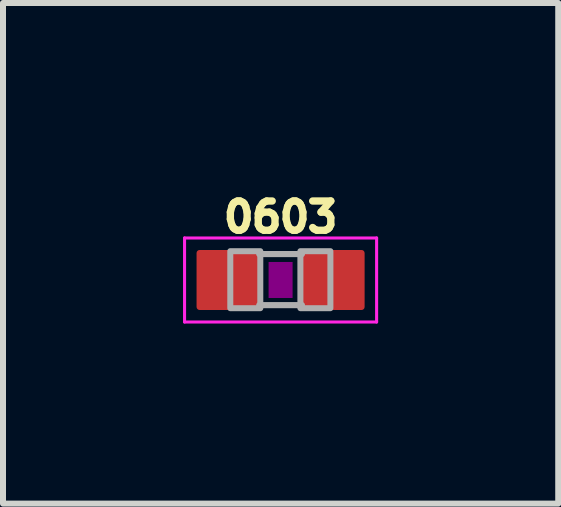
<source format=kicad_pcb>
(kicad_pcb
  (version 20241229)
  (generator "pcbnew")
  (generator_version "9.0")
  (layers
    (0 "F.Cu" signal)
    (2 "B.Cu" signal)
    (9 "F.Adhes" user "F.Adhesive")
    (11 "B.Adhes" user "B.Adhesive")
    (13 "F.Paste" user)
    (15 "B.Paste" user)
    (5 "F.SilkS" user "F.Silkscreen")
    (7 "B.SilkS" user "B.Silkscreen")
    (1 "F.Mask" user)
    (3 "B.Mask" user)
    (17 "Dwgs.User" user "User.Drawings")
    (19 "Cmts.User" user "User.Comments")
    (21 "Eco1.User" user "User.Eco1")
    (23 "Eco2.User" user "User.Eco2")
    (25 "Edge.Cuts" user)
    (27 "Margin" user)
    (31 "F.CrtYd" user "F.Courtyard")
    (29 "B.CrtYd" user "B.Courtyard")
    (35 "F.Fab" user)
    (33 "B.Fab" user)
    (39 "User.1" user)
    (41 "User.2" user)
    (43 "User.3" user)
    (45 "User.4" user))
  (footprint "0603"
    (layer "F.Cu")
    (at 1.625 1.615)
    (property "Reference" "0603" (at 0 -0.762 0) (unlocked yes) (layer "F.SilkS") (effects (font (size 0.488 0.488) (thickness 0.122)) (justify bottom)))
    (fp_poly (pts (xy -0.2 0.3) (xy 0.2 0.3) (xy 0.2 -0.3) (xy -0.2 -0.3)) (stroke (width 0) (type default)) (fill yes) (layer "F.Adhes"))
    (fp_line (start -1.6 -0.7) (end 1.6 -0.7) (stroke (width 0.051) (type solid)) (layer "F.CrtYd"))
    (fp_line (start -1.6 0.7) (end -1.6 -0.7) (stroke (width 0.051) (type solid)) (layer "F.CrtYd"))
    (fp_line (start 1.6 -0.7) (end 1.6 0.7) (stroke (width 0.051) (type solid)) (layer "F.CrtYd"))
    (fp_line (start 1.6 0.7) (end -1.6 0.7) (stroke (width 0.051) (type solid)) (layer "F.CrtYd"))
    (fp_line (start -0.356 -0.432) (end 0.356 -0.432) (stroke (width 0.102) (type solid)) (layer "F.Fab"))
    (fp_line (start -0.356 0.419) (end 0.356 0.419) (stroke (width 0.102) (type solid)) (layer "F.Fab"))
    (fp_poly (pts (xy -0.838 0.47) (xy -0.338 0.47) (xy -0.338 -0.48) (xy -0.838 -0.48)) (stroke (width 0.1) (type default)) (fill no) (layer "F.Fab"))
    (fp_poly (pts (xy 0.33 0.47) (xy 0.83 0.47) (xy 0.83 -0.48) (xy 0.33 -0.48)) (stroke (width 0.1) (type default)) (fill no) (layer "F.Fab"))
    (pad "1" smd roundrect (at -0.85 0) (size 1.1 1) (layers "F.Cu" "F.Mask" "F.Paste") (roundrect_rratio 0.051))
    (pad "2" smd roundrect (at 0.85 0) (size 1.1 1) (layers "F.Cu" "F.Mask" "F.Paste") (roundrect_rratio 0.051)))
  (gr_rect
    (start -3 -3)
    (end 6.251 5.341)
    (stroke (width 0.1) (type default))
    (fill no)
    (layer "Edge.Cuts")))
</source>
